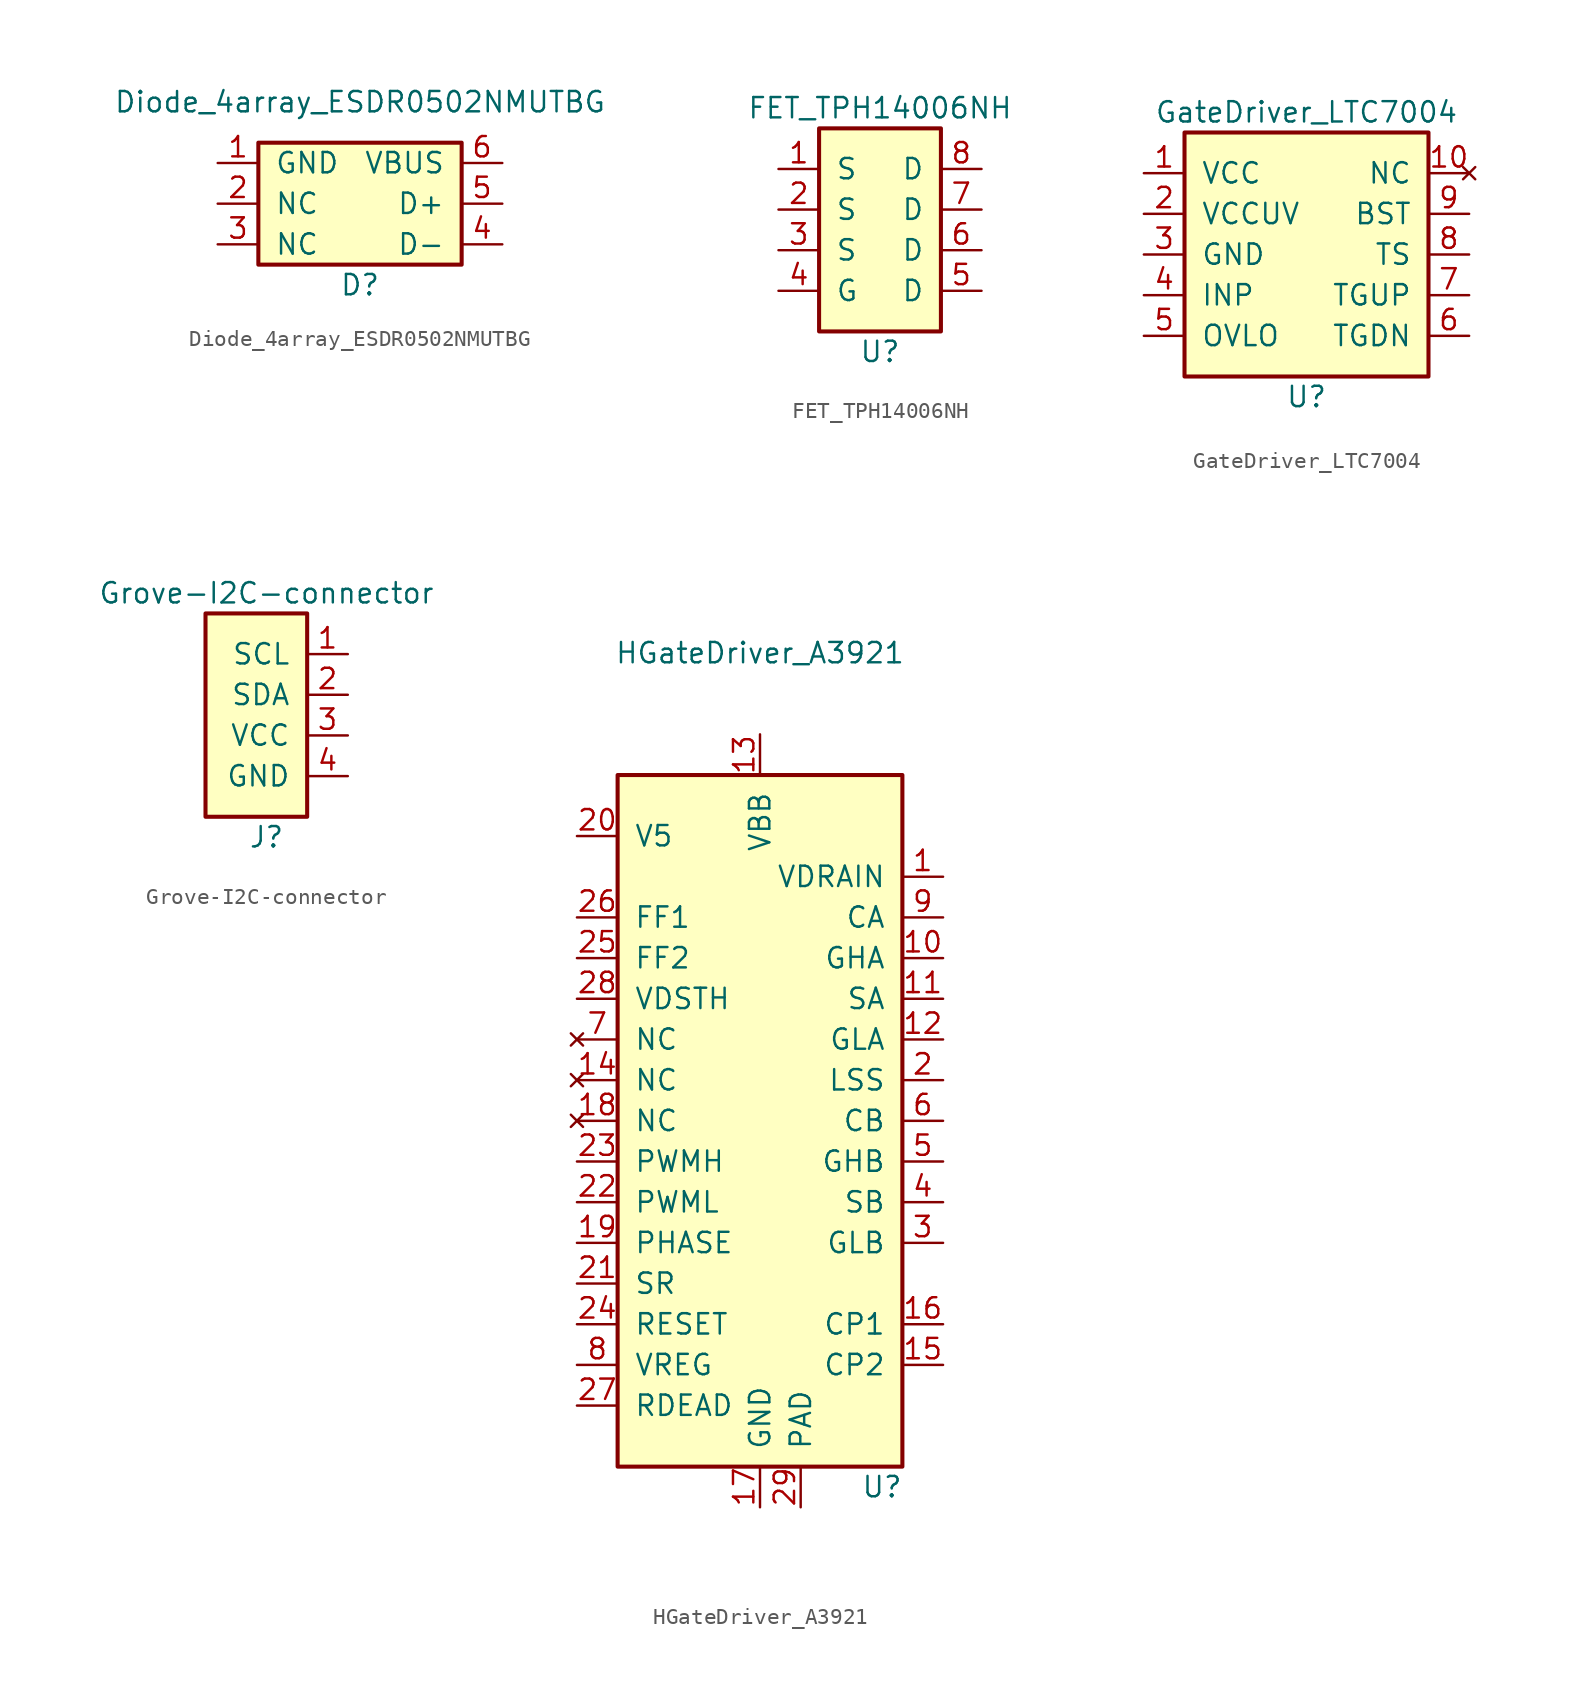
<source format=kicad_sym>
(kicad_symbol_lib
  (version 20211014)
  (generator kicad_symbol_editor)
  (symbol "Diode_4array_ESDR0502NMUTBG"
    (pin_names
      (offset 1.016))
    (property "Reference" "D"
      (at 0 -5.08 0)
      (effects (font (size 1.27 1.27))))
    (property "Value" "Diode_4array_ESDR0502NMUTBG"
      (at 0 6.35 0)
      (effects (font (size 1.27 1.27))))
    (symbol "Diode_4array_ESDR0502NMUTBG_0_1"
      (rectangle (start -6.35 3.81) (end 6.35 -3.81) (stroke (width 0.254) (type default) (color 0 0 0 0)) (fill (type background))))
    (symbol "Diode_4array_ESDR0502NMUTBG_1_1"
      (pin power_in line (at -8.89 2.54 0) (length 2.54) (name "GND" (effects (font (size 1.27 1.27)))) (number "1" (effects (font (size 1.27 1.27)))))
      (pin passive line (at -8.89 0 0) (length 2.54) (name "NC" (effects (font (size 1.27 1.27)))) (number "2" (effects (font (size 1.27 1.27)))))
      (pin passive line (at -8.89 -2.54 0) (length 2.54) (name "NC" (effects (font (size 1.27 1.27)))) (number "3" (effects (font (size 1.27 1.27)))))
      (pin passive line (at 8.89 -2.54 180) (length 2.54) (name "D-" (effects (font (size 1.27 1.27)))) (number "4" (effects (font (size 1.27 1.27)))))
      (pin passive line (at 8.89 0 180) (length 2.54) (name "D+" (effects (font (size 1.27 1.27)))) (number "5" (effects (font (size 1.27 1.27)))))
      (pin power_in line (at 8.89 2.54 180) (length 2.54) (name "VBUS" (effects (font (size 1.27 1.27)))) (number "6" (effects (font (size 1.27 1.27)))))))
  (symbol "FET_TPH14006NH"
    (pin_names
      (offset 1.016))
    (property "Reference" "U"
      (at 0 -7.62 0)
      (effects (font (size 1.27 1.27))))
    (property "Value" "FET_TPH14006NH"
      (at 0 7.62 0)
      (effects (font (size 1.27 1.27))))
    (symbol "FET_TPH14006NH_0_1"
      (rectangle (start -3.81 6.35) (end 3.81 -6.35) (stroke (width 0.254) (type default) (color 0 0 0 0)) (fill (type background))))
    (symbol "FET_TPH14006NH_1_1"
      (pin power_out line (at -6.35 3.81 0) (length 2.54) (name "S" (effects (font (size 1.27 1.27)))) (number "1" (effects (font (size 1.27 1.27)))))
      (pin power_out line (at -6.35 1.27 0) (length 2.54) (name "S" (effects (font (size 1.27 1.27)))) (number "2" (effects (font (size 1.27 1.27)))))
      (pin power_out line (at -6.35 -1.27 0) (length 2.54) (name "S" (effects (font (size 1.27 1.27)))) (number "3" (effects (font (size 1.27 1.27)))))
      (pin input line (at -6.35 -3.81 0) (length 2.54) (name "G" (effects (font (size 1.27 1.27)))) (number "4" (effects (font (size 1.27 1.27)))))
      (pin power_in line (at 6.35 -3.81 180) (length 2.54) (name "D" (effects (font (size 1.27 1.27)))) (number "5" (effects (font (size 1.27 1.27)))))
      (pin power_in line (at 6.35 -1.27 180) (length 2.54) (name "D" (effects (font (size 1.27 1.27)))) (number "6" (effects (font (size 1.27 1.27)))))
      (pin power_in line (at 6.35 1.27 180) (length 2.54) (name "D" (effects (font (size 1.27 1.27)))) (number "7" (effects (font (size 1.27 1.27)))))
      (pin power_in line (at 6.35 3.81 180) (length 2.54) (name "D" (effects (font (size 1.27 1.27)))) (number "8" (effects (font (size 1.27 1.27)))))))
  (symbol "GateDriver_LTC7004"
    (pin_names
      (offset 1.016))
    (property "Reference" "U"
      (at 0 -8.89 0)
      (effects (font (size 1.27 1.27))))
    (property "Value" "GateDriver_LTC7004"
      (at 0 8.89 0)
      (effects (font (size 1.27 1.27))))
    (symbol "GateDriver_LTC7004_0_1"
      (rectangle (start -7.62 7.62) (end 7.62 -7.62) (stroke (width 0.254) (type default) (color 0 0 0 0)) (fill (type background))))
    (symbol "GateDriver_LTC7004_1_1"
      (pin power_in line (at -10.16 5.08 0) (length 2.54) (name "VCC" (effects (font (size 1.27 1.27)))) (number "1" (effects (font (size 1.27 1.27)))))
      (pin no_connect line (at 10.16 5.08 180) (length 2.54) (name "NC" (effects (font (size 1.27 1.27)))) (number "10" (effects (font (size 1.27 1.27)))))
      (pin passive line (at -10.16 0 0) (length 2.54) hide (name "GND" (effects (font (size 1.27 1.27)))) (number "11" (effects (font (size 1.27 1.27)))))
      (pin power_in line (at -10.16 2.54 0) (length 2.54) (name "VCCUV" (effects (font (size 1.27 1.27)))) (number "2" (effects (font (size 1.27 1.27)))))
      (pin power_in line (at -10.16 0 0) (length 2.54) (name "GND" (effects (font (size 1.27 1.27)))) (number "3" (effects (font (size 1.27 1.27)))))
      (pin passive line (at -10.16 -2.54 0) (length 2.54) (name "INP" (effects (font (size 1.27 1.27)))) (number "4" (effects (font (size 1.27 1.27)))))
      (pin passive line (at -10.16 -5.08 0) (length 2.54) (name "OVLO" (effects (font (size 1.27 1.27)))) (number "5" (effects (font (size 1.27 1.27)))))
      (pin passive line (at 10.16 -5.08 180) (length 2.54) (name "TGDN" (effects (font (size 1.27 1.27)))) (number "6" (effects (font (size 1.27 1.27)))))
      (pin passive line (at 10.16 -2.54 180) (length 2.54) (name "TGUP" (effects (font (size 1.27 1.27)))) (number "7" (effects (font (size 1.27 1.27)))))
      (pin passive line (at 10.16 0 180) (length 2.54) (name "TS" (effects (font (size 1.27 1.27)))) (number "8" (effects (font (size 1.27 1.27)))))
      (pin passive line (at 10.16 2.54 180) (length 2.54) (name "BST" (effects (font (size 1.27 1.27)))) (number "9" (effects (font (size 1.27 1.27)))))))
  (symbol "Grove-I2C-connector"
    (pin_names
      (offset 1.016))
    (property "Reference" "J"
      (at 1.27 -7.62 0)
      (effects (font (size 1.27 1.27))))
    (property "Value" "Grove-I2C-connector"
      (at 1.27 7.62 0)
      (effects (font (size 1.27 1.27))))
    (symbol "Grove-I2C-connector_0_1"
      (rectangle (start -2.54 6.35) (end 3.81 -6.35) (stroke (width 0.254) (type default) (color 0 0 0 0)) (fill (type background))))
    (symbol "Grove-I2C-connector_1_1"
      (pin input line (at 6.35 3.81 180) (length 2.54) (name "SCL" (effects (font (size 1.27 1.27)))) (number "1" (effects (font (size 1.27 1.27)))))
      (pin input line (at 6.35 1.27 180) (length 2.54) (name "SDA" (effects (font (size 1.27 1.27)))) (number "2" (effects (font (size 1.27 1.27)))))
      (pin power_in line (at 6.35 -1.27 180) (length 2.54) (name "VCC" (effects (font (size 1.27 1.27)))) (number "3" (effects (font (size 1.27 1.27)))))
      (pin power_in line (at 6.35 -3.81 180) (length 2.54) (name "GND" (effects (font (size 1.27 1.27)))) (number "4" (effects (font (size 1.27 1.27)))))))
  (symbol "HGateDriver_A3921"
    (pin_names
      (offset 1.016))
    (property "Reference" "U"
      (at 7.62 -17.78 0)
      (effects (font (size 1.27 1.27))))
    (property "Value" "HGateDriver_A3921"
      (at 0 34.29 0)
      (effects (font (size 1.27 1.27))))
    (symbol "HGateDriver_A3921_0_1"
      (rectangle (start -8.89 26.67) (end 8.89 -16.51) (stroke (width 0.254) (type default) (color 0 0 0 0)) (fill (type background))))
    (symbol "HGateDriver_A3921_1_1"
      (pin input line (at 11.43 20.32 180) (length 2.54) (name "VDRAIN" (effects (font (size 1.27 1.27)))) (number "1" (effects (font (size 1.27 1.27)))))
      (pin input line (at 11.43 15.24 180) (length 2.54) (name "GHA" (effects (font (size 1.27 1.27)))) (number "10" (effects (font (size 1.27 1.27)))))
      (pin input line (at 11.43 12.7 180) (length 2.54) (name "SA" (effects (font (size 1.27 1.27)))) (number "11" (effects (font (size 1.27 1.27)))))
      (pin input line (at 11.43 10.16 180) (length 2.54) (name "GLA" (effects (font (size 1.27 1.27)))) (number "12" (effects (font (size 1.27 1.27)))))
      (pin input line (at 0 29.21 270) (length 2.54) (name "VBB" (effects (font (size 1.27 1.27)))) (number "13" (effects (font (size 1.27 1.27)))))
      (pin no_connect line (at -11.43 7.62 0) (length 2.54) (name "NC" (effects (font (size 1.27 1.27)))) (number "14" (effects (font (size 1.27 1.27)))))
      (pin input line (at 11.43 -10.16 180) (length 2.54) (name "CP2" (effects (font (size 1.27 1.27)))) (number "15" (effects (font (size 1.27 1.27)))))
      (pin input line (at 11.43 -7.62 180) (length 2.54) (name "CP1" (effects (font (size 1.27 1.27)))) (number "16" (effects (font (size 1.27 1.27)))))
      (pin input line (at 0 -19.05 90) (length 2.54) (name "GND" (effects (font (size 1.27 1.27)))) (number "17" (effects (font (size 1.27 1.27)))))
      (pin no_connect line (at -11.43 5.08 0) (length 2.54) (name "NC" (effects (font (size 1.27 1.27)))) (number "18" (effects (font (size 1.27 1.27)))))
      (pin input line (at -11.43 -2.54 0) (length 2.54) (name "PHASE" (effects (font (size 1.27 1.27)))) (number "19" (effects (font (size 1.27 1.27)))))
      (pin input line (at 11.43 7.62 180) (length 2.54) (name "LSS" (effects (font (size 1.27 1.27)))) (number "2" (effects (font (size 1.27 1.27)))))
      (pin input line (at -11.43 22.86 0) (length 2.54) (name "V5" (effects (font (size 1.27 1.27)))) (number "20" (effects (font (size 1.27 1.27)))))
      (pin input line (at -11.43 -5.08 0) (length 2.54) (name "SR" (effects (font (size 1.27 1.27)))) (number "21" (effects (font (size 1.27 1.27)))))
      (pin input line (at -11.43 0 0) (length 2.54) (name "PWML" (effects (font (size 1.27 1.27)))) (number "22" (effects (font (size 1.27 1.27)))))
      (pin input line (at -11.43 2.54 0) (length 2.54) (name "PWMH" (effects (font (size 1.27 1.27)))) (number "23" (effects (font (size 1.27 1.27)))))
      (pin input line (at -11.43 -7.62 0) (length 2.54) (name "RESET" (effects (font (size 1.27 1.27)))) (number "24" (effects (font (size 1.27 1.27)))))
      (pin input line (at -11.43 15.24 0) (length 2.54) (name "FF2" (effects (font (size 1.27 1.27)))) (number "25" (effects (font (size 1.27 1.27)))))
      (pin input line (at -11.43 17.78 0) (length 2.54) (name "FF1" (effects (font (size 1.27 1.27)))) (number "26" (effects (font (size 1.27 1.27)))))
      (pin input line (at -11.43 -12.7 0) (length 2.54) (name "RDEAD" (effects (font (size 1.27 1.27)))) (number "27" (effects (font (size 1.27 1.27)))))
      (pin input line (at -11.43 12.7 0) (length 2.54) (name "VDSTH" (effects (font (size 1.27 1.27)))) (number "28" (effects (font (size 1.27 1.27)))))
      (pin input line (at 2.54 -19.05 90) (length 2.54) (name "PAD" (effects (font (size 1.27 1.27)))) (number "29" (effects (font (size 1.27 1.27)))))
      (pin input line (at 11.43 -2.54 180) (length 2.54) (name "GLB" (effects (font (size 1.27 1.27)))) (number "3" (effects (font (size 1.27 1.27)))))
      (pin input line (at 11.43 0 180) (length 2.54) (name "SB" (effects (font (size 1.27 1.27)))) (number "4" (effects (font (size 1.27 1.27)))))
      (pin input line (at 11.43 2.54 180) (length 2.54) (name "GHB" (effects (font (size 1.27 1.27)))) (number "5" (effects (font (size 1.27 1.27)))))
      (pin input line (at 11.43 5.08 180) (length 2.54) (name "CB" (effects (font (size 1.27 1.27)))) (number "6" (effects (font (size 1.27 1.27)))))
      (pin no_connect line (at -11.43 10.16 0) (length 2.54) (name "NC" (effects (font (size 1.27 1.27)))) (number "7" (effects (font (size 1.27 1.27)))))
      (pin input line (at -11.43 -10.16 0) (length 2.54) (name "VREG" (effects (font (size 1.27 1.27)))) (number "8" (effects (font (size 1.27 1.27)))))
      (pin input line (at 11.43 17.78 180) (length 2.54) (name "CA" (effects (font (size 1.27 1.27)))) (number "9" (effects (font (size 1.27 1.27))))))))
</source>
